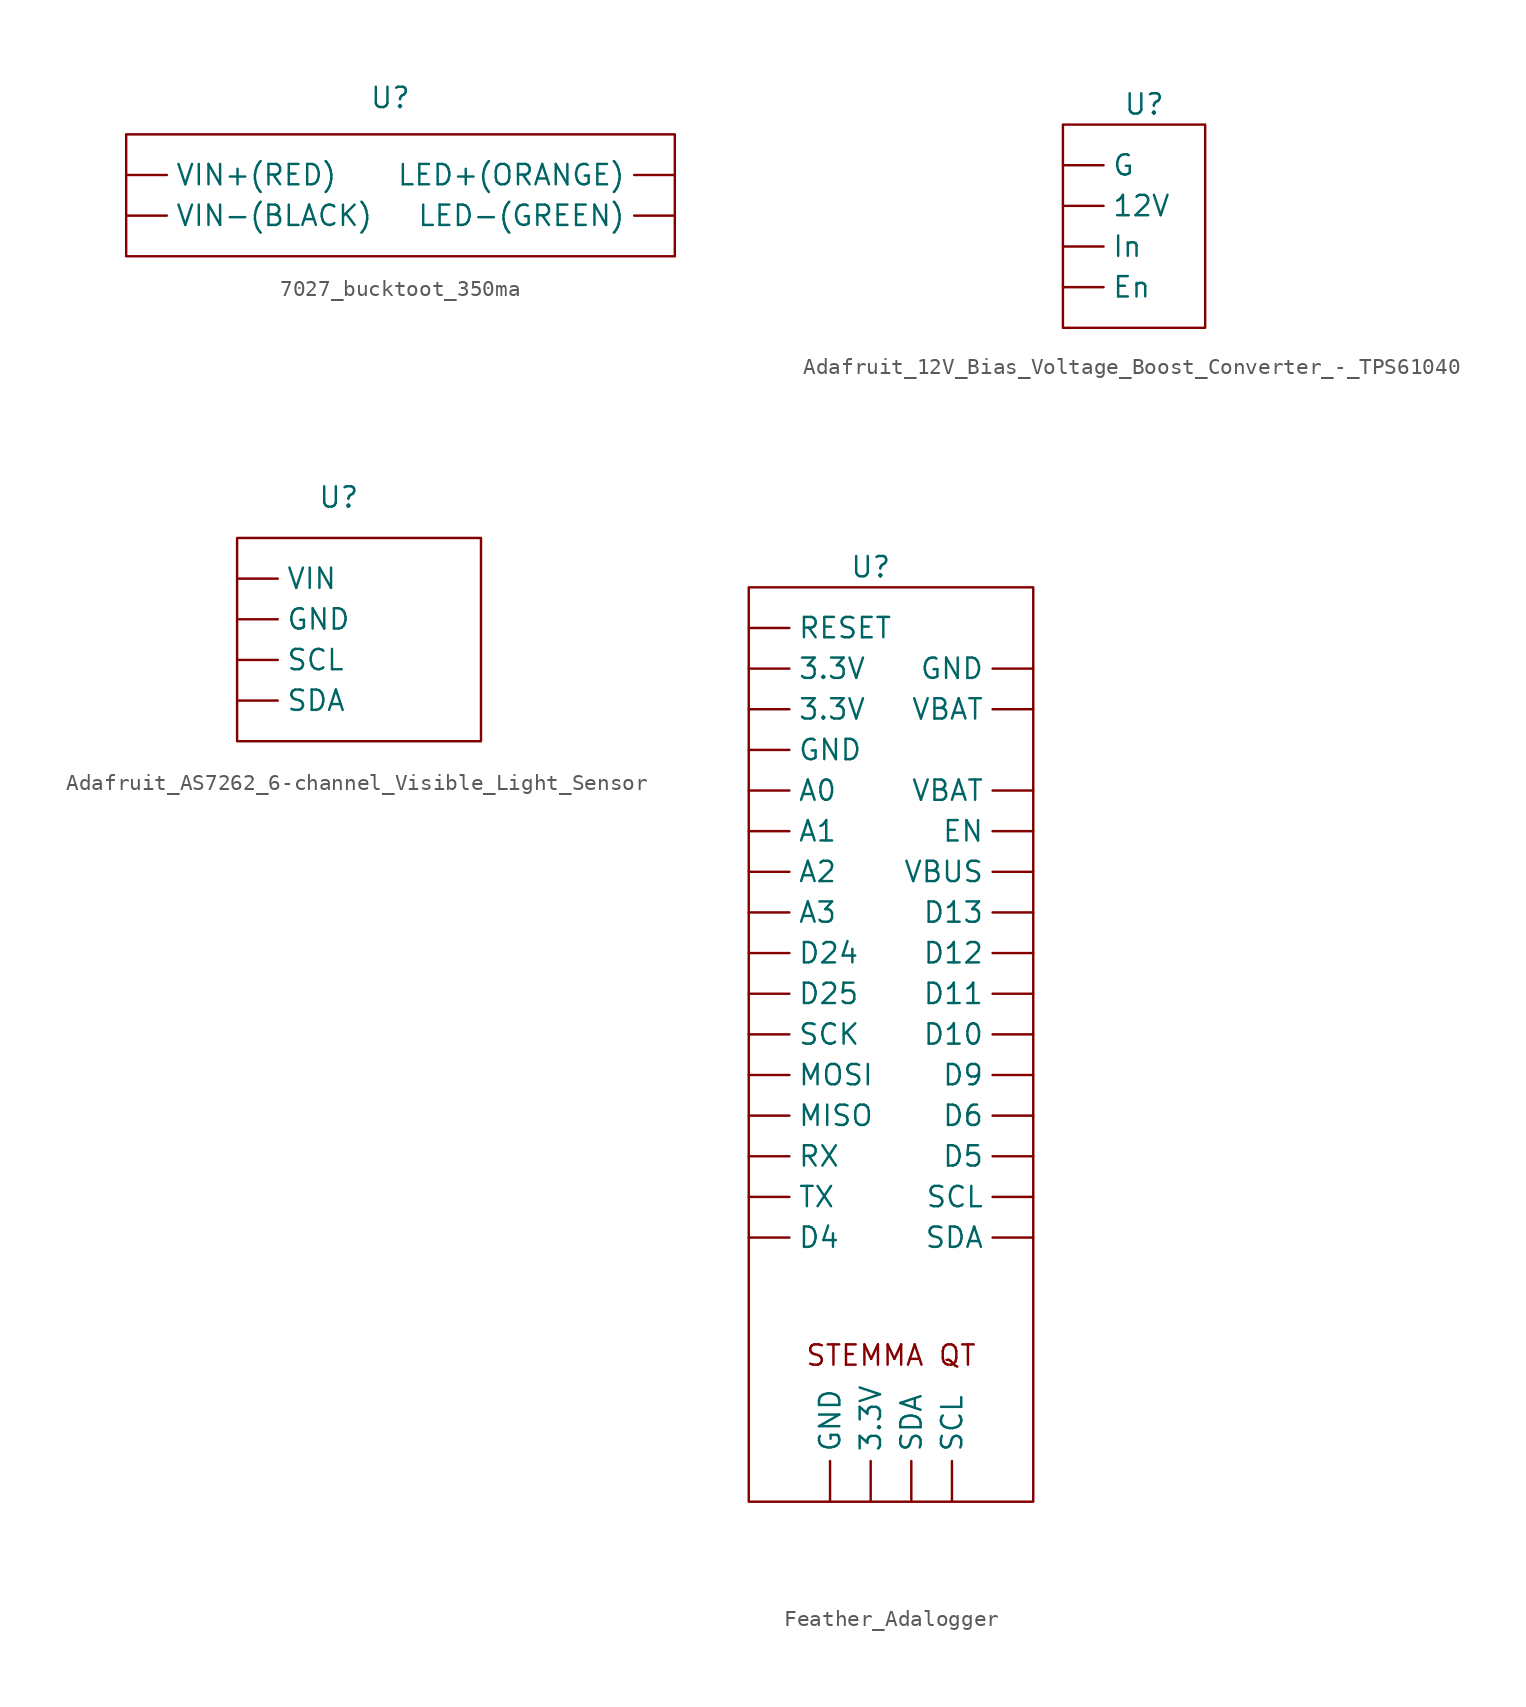
<source format=kicad_sym>
(kicad_symbol_lib
  (version 20231120)
  (generator "kicad_symbol_editor")
  (generator_version "8.0")
  (symbol "7027_bucktoot_350ma"
    (property "Reference" "U"
      (at 0 -0.254 0)
      (effects (font (size 1.27 1.27))))
    (property "Value" ""
      (at 0 0 0)
      (effects (font (size 1.27 1.27))))
    (symbol "7027_bucktoot_350ma_0_1"
      (rectangle (start -16.51 -2.54) (end 17.78 -10.16) (stroke (width 0) (type default)) (fill (type none))))
    (symbol "7027_bucktoot_350ma_1_1"
      (pin bidirectional line (at 17.78 -5.08 180) (length 2.54) (name "LED+(ORANGE)" (effects (font (size 1.27 1.27)))) (number "" (effects (font (size 1.27 1.27)))))
      (pin bidirectional line (at 17.78 -7.62 180) (length 2.54) (name "LED-(GREEN)" (effects (font (size 1.27 1.27)))) (number "" (effects (font (size 1.27 1.27)))))
      (pin bidirectional line (at -16.51 -5.08 0) (length 2.54) (name "VIN+(RED)" (effects (font (size 1.27 1.27)))) (number "" (effects (font (size 1.27 1.27)))))
      (pin bidirectional line (at -16.51 -7.62 0) (length 2.54) (name "VIN-(BLACK)" (effects (font (size 1.27 1.27)))) (number "" (effects (font (size 1.27 1.27)))))))
  (symbol "Adafruit_12V_Bias_Voltage_Boost_Converter_-_TPS61040"
    (property "Reference" "U"
      (at 0 0 0)
      (effects (font (size 1.27 1.27))))
    (property "Value" ""
      (at 0 0 0)
      (effects (font (size 1.27 1.27))))
    (symbol "Adafruit_12V_Bias_Voltage_Boost_Converter_-_TPS61040_0_1"
      (rectangle (start -5.08 -1.27) (end 3.81 -13.97) (stroke (width 0) (type default)) (fill (type none))))
    (symbol "Adafruit_12V_Bias_Voltage_Boost_Converter_-_TPS61040_1_1"
      (pin bidirectional line (at -5.08 -6.35 0) (length 2.54) (name "12V" (effects (font (size 1.27 1.27)))) (number "" (effects (font (size 1.27 1.27)))))
      (pin bidirectional line (at -5.08 -11.43 0) (length 2.54) (name "En" (effects (font (size 1.27 1.27)))) (number "" (effects (font (size 1.27 1.27)))))
      (pin bidirectional line (at -5.08 -3.81 0) (length 2.54) (name "G" (effects (font (size 1.27 1.27)))) (number "" (effects (font (size 1.27 1.27)))))
      (pin bidirectional line (at -5.08 -8.89 0) (length 2.54) (name "In" (effects (font (size 1.27 1.27)))) (number "" (effects (font (size 1.27 1.27)))))))
  (symbol "Adafruit_AS7262_6-channel_Visible_Light_Sensor"
    (property "Reference" "U"
      (at 0 0 0)
      (effects (font (size 1.27 1.27))))
    (property "Value" ""
      (at 0 0 0)
      (effects (font (size 1.27 1.27))))
    (symbol "Adafruit_AS7262_6-channel_Visible_Light_Sensor_0_1"
      (rectangle (start -6.35 -2.54) (end 8.89 -15.24) (stroke (width 0) (type default)) (fill (type none))))
    (symbol "Adafruit_AS7262_6-channel_Visible_Light_Sensor_1_1"
      (pin bidirectional line (at -6.35 -7.62 0) (length 2.54) (name "GND" (effects (font (size 1.27 1.27)))) (number "" (effects (font (size 1.27 1.27)))))
      (pin bidirectional line (at -6.35 -10.16 0) (length 2.54) (name "SCL" (effects (font (size 1.27 1.27)))) (number "" (effects (font (size 1.27 1.27)))))
      (pin bidirectional line (at -6.35 -12.7 0) (length 2.54) (name "SDA" (effects (font (size 1.27 1.27)))) (number "" (effects (font (size 1.27 1.27)))))
      (pin bidirectional line (at -6.35 -5.08 0) (length 2.54) (name "VIN" (effects (font (size 1.27 1.27)))) (number "" (effects (font (size 1.27 1.27)))))))
  (symbol "Feather_Adalogger"
    (property "Reference" "U"
      (at 0 0 0)
      (effects (font (size 1.27 1.27))))
    (property "Value" ""
      (at 0 0 0)
      (effects (font (size 1.27 1.27))))
    (symbol "Feather_Adalogger_0_1"
      (rectangle (start -7.62 -1.27) (end 10.16 -58.42) (stroke (width 0) (type default)) (fill (type none))))
    (symbol "Feather_Adalogger_1_1"
      (text "STEMMA QT" (at 1.27 -49.276 0) (effects (font (size 1.27 1.27))))
      (pin bidirectional line (at -7.62 -8.89 0) (length 2.54) (name "3.3V" (effects (font (size 1.27 1.27)))) (number "" (effects (font (size 1.27 1.27)))))
      (pin bidirectional line (at -7.62 -6.35 0) (length 2.54) (name "3.3V" (effects (font (size 1.27 1.27)))) (number "" (effects (font (size 1.27 1.27)))))
      (pin bidirectional line (at 0 -58.42 90) (length 2.54) (name "3.3V" (effects (font (size 1.27 1.27)))) (number "" (effects (font (size 1.27 1.27)))))
      (pin bidirectional line (at -7.62 -13.97 0) (length 2.54) (name "A0" (effects (font (size 1.27 1.27)))) (number "" (effects (font (size 1.27 1.27)))))
      (pin bidirectional line (at -7.62 -16.51 0) (length 2.54) (name "A1" (effects (font (size 1.27 1.27)))) (number "" (effects (font (size 1.27 1.27)))))
      (pin bidirectional line (at -7.62 -19.05 0) (length 2.54) (name "A2" (effects (font (size 1.27 1.27)))) (number "" (effects (font (size 1.27 1.27)))))
      (pin bidirectional line (at -7.62 -21.59 0) (length 2.54) (name "A3" (effects (font (size 1.27 1.27)))) (number "" (effects (font (size 1.27 1.27)))))
      (pin bidirectional line (at 10.16 -29.21 180) (length 2.54) (name "D10" (effects (font (size 1.27 1.27)))) (number "" (effects (font (size 1.27 1.27)))))
      (pin bidirectional line (at 10.16 -26.67 180) (length 2.54) (name "D11" (effects (font (size 1.27 1.27)))) (number "" (effects (font (size 1.27 1.27)))))
      (pin bidirectional line (at 10.16 -24.13 180) (length 2.54) (name "D12" (effects (font (size 1.27 1.27)))) (number "" (effects (font (size 1.27 1.27)))))
      (pin bidirectional line (at 10.16 -21.59 180) (length 2.54) (name "D13" (effects (font (size 1.27 1.27)))) (number "" (effects (font (size 1.27 1.27)))))
      (pin bidirectional line (at -7.62 -24.13 0) (length 2.54) (name "D24" (effects (font (size 1.27 1.27)))) (number "" (effects (font (size 1.27 1.27)))))
      (pin bidirectional line (at -7.62 -26.67 0) (length 2.54) (name "D25" (effects (font (size 1.27 1.27)))) (number "" (effects (font (size 1.27 1.27)))))
      (pin bidirectional line (at -7.62 -41.91 0) (length 2.54) (name "D4" (effects (font (size 1.27 1.27)))) (number "" (effects (font (size 1.27 1.27)))))
      (pin bidirectional line (at 10.16 -36.83 180) (length 2.54) (name "D5" (effects (font (size 1.27 1.27)))) (number "" (effects (font (size 1.27 1.27)))))
      (pin bidirectional line (at 10.16 -34.29 180) (length 2.54) (name "D6" (effects (font (size 1.27 1.27)))) (number "" (effects (font (size 1.27 1.27)))))
      (pin bidirectional line (at 10.16 -31.75 180) (length 2.54) (name "D9" (effects (font (size 1.27 1.27)))) (number "" (effects (font (size 1.27 1.27)))))
      (pin bidirectional line (at 10.16 -16.51 180) (length 2.54) (name "EN" (effects (font (size 1.27 1.27)))) (number "" (effects (font (size 1.27 1.27)))))
      (pin bidirectional line (at -7.62 -11.43 0) (length 2.54) (name "GND" (effects (font (size 1.27 1.27)))) (number "" (effects (font (size 1.27 1.27)))))
      (pin bidirectional line (at -2.54 -58.42 90) (length 2.54) (name "GND" (effects (font (size 1.27 1.27)))) (number "" (effects (font (size 1.27 1.27)))))
      (pin bidirectional line (at 10.16 -6.35 180) (length 2.54) (name "GND" (effects (font (size 1.27 1.27)))) (number "" (effects (font (size 1.27 1.27)))))
      (pin bidirectional line (at -7.62 -34.29 0) (length 2.54) (name "MISO" (effects (font (size 1.27 1.27)))) (number "" (effects (font (size 1.27 1.27)))))
      (pin bidirectional line (at -7.62 -31.75 0) (length 2.54) (name "MOSI" (effects (font (size 1.27 1.27)))) (number "" (effects (font (size 1.27 1.27)))))
      (pin bidirectional line (at -7.62 -3.81 0) (length 2.54) (name "RESET" (effects (font (size 1.27 1.27)))) (number "" (effects (font (size 1.27 1.27)))))
      (pin bidirectional line (at -7.62 -36.83 0) (length 2.54) (name "RX" (effects (font (size 1.27 1.27)))) (number "" (effects (font (size 1.27 1.27)))))
      (pin bidirectional line (at -7.62 -29.21 0) (length 2.54) (name "SCK" (effects (font (size 1.27 1.27)))) (number "" (effects (font (size 1.27 1.27)))))
      (pin bidirectional line (at 5.08 -58.42 90) (length 2.54) (name "SCL" (effects (font (size 1.27 1.27)))) (number "" (effects (font (size 1.27 1.27)))))
      (pin bidirectional line (at 10.16 -39.37 180) (length 2.54) (name "SCL" (effects (font (size 1.27 1.27)))) (number "" (effects (font (size 1.27 1.27)))))
      (pin bidirectional line (at 2.54 -58.42 90) (length 2.54) (name "SDA" (effects (font (size 1.27 1.27)))) (number "" (effects (font (size 1.27 1.27)))))
      (pin bidirectional line (at 10.16 -41.91 180) (length 2.54) (name "SDA" (effects (font (size 1.27 1.27)))) (number "" (effects (font (size 1.27 1.27)))))
      (pin bidirectional line (at -7.62 -39.37 0) (length 2.54) (name "TX" (effects (font (size 1.27 1.27)))) (number "" (effects (font (size 1.27 1.27)))))
      (pin bidirectional line (at 10.16 -13.97 180) (length 2.54) (name "VBAT" (effects (font (size 1.27 1.27)))) (number "" (effects (font (size 1.27 1.27)))))
      (pin bidirectional line (at 10.16 -8.89 180) (length 2.54) (name "VBAT" (effects (font (size 1.27 1.27)))) (number "" (effects (font (size 1.27 1.27)))))
      (pin bidirectional line (at 10.16 -19.05 180) (length 2.54) (name "VBUS" (effects (font (size 1.27 1.27)))) (number "" (effects (font (size 1.27 1.27))))))))
</source>
